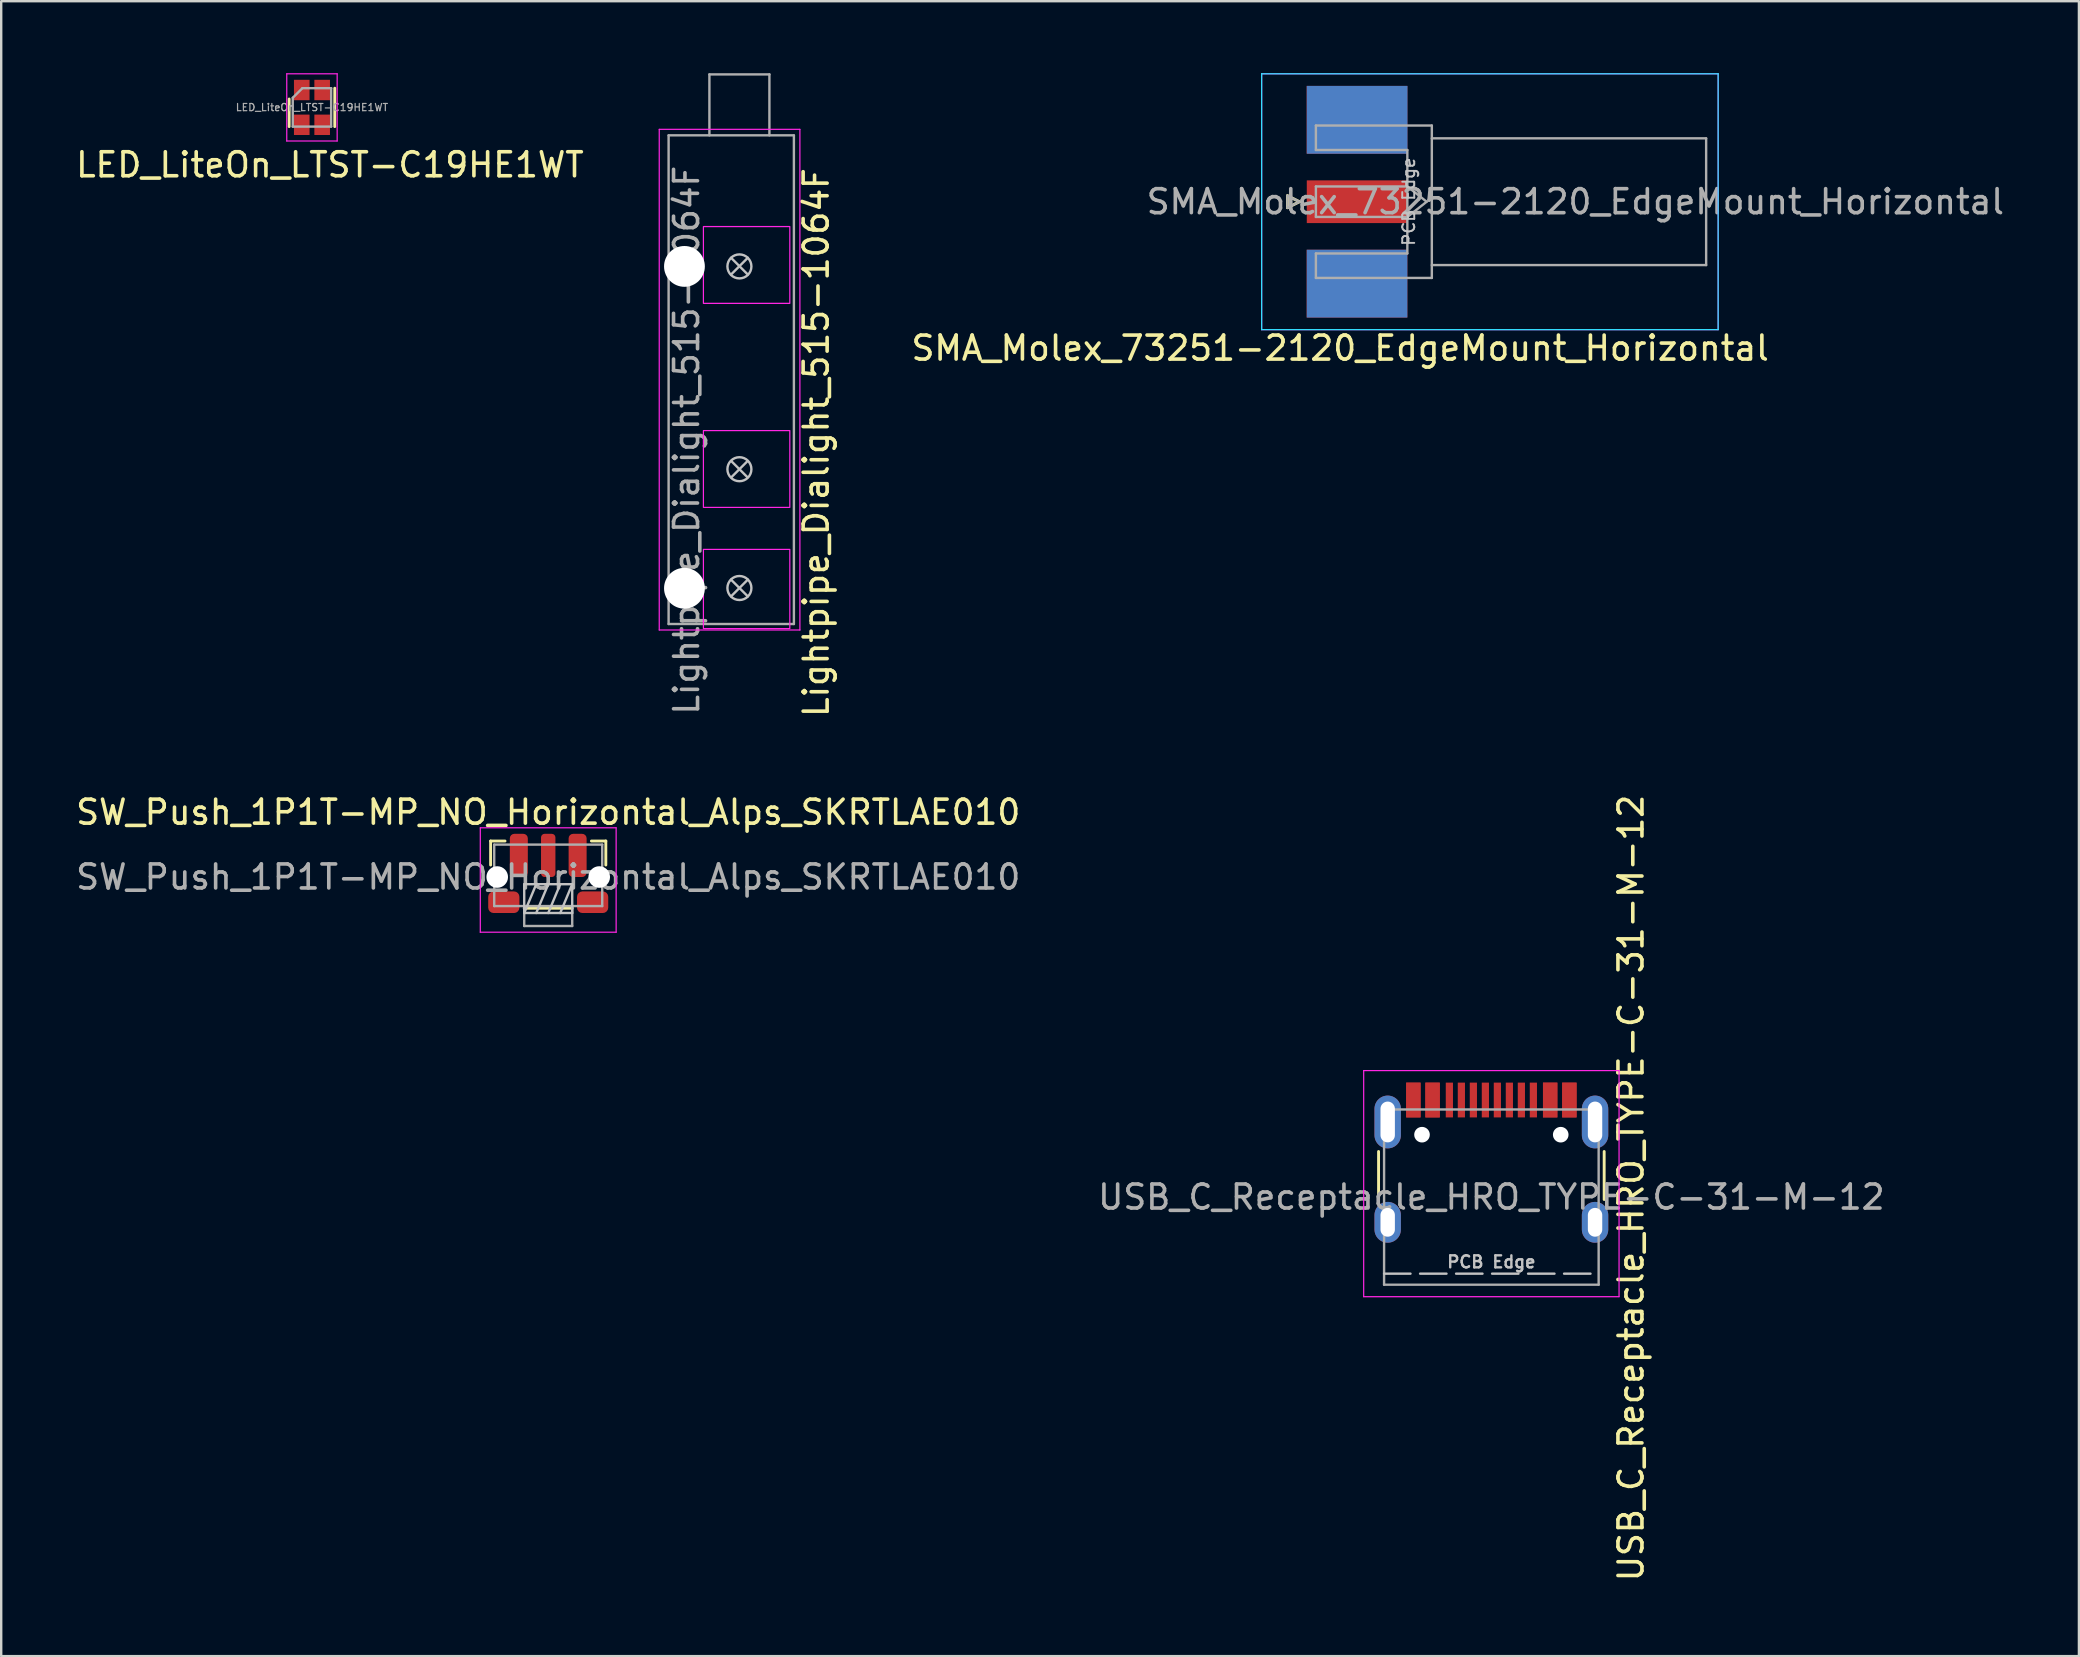
<source format=kicad_pcb>
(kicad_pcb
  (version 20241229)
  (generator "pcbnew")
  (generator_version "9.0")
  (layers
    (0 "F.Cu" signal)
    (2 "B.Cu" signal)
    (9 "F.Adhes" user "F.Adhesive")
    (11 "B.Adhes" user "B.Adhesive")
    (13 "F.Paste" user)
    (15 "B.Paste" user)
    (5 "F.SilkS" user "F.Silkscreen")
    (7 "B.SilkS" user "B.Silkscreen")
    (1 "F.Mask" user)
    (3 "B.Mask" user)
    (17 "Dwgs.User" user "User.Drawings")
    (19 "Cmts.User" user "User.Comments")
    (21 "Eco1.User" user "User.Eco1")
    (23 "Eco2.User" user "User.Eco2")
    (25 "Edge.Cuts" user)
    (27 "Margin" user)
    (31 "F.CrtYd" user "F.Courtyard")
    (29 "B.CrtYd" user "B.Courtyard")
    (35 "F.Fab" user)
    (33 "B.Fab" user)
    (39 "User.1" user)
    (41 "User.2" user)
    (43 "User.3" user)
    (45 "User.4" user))
  (footprint "LED_LiteOn_LTST-C19HE1WT"
    (layer "F.Cu")
    (at 9.948 1.425)
    (property "Reference" "LED_LiteOn_LTST-C19HE1WT" (at 0.748 2.393 180) (layer "F.SilkS") (effects (font (size 1 1) (thickness 0.15))))
    (attr smd)
    (fp_line (start -0.95 -0.35) (end -0.95 0.8) (stroke (width 0.12) (type solid)) (layer "F.SilkS"))
    (fp_line (start 0.95 -0.8) (end 0.95 0.8) (stroke (width 0.12) (type solid)) (layer "F.SilkS"))
    (fp_line (start -1.05 -1.4) (end 1.05 -1.4) (stroke (width 0.05) (type solid)) (layer "F.CrtYd"))
    (fp_line (start -1.05 1.4) (end -1.05 -1.4) (stroke (width 0.05) (type solid)) (layer "F.CrtYd"))
    (fp_line (start 1.05 -1.4) (end 1.05 1.4) (stroke (width 0.05) (type solid)) (layer "F.CrtYd"))
    (fp_line (start 1.05 1.4) (end -1.05 1.4) (stroke (width 0.05) (type solid)) (layer "F.CrtYd"))
    (fp_line (start -0.8 -0.4) (end -0.8 0.8) (stroke (width 0.1) (type solid)) (layer "F.Fab"))
    (fp_line (start -0.8 0.8) (end 0.8 0.8) (stroke (width 0.1) (type solid)) (layer "F.Fab"))
    (fp_line (start -0.4 -0.8) (end -0.8 -0.4) (stroke (width 0.1) (type solid)) (layer "F.Fab"))
    (fp_line (start 0.8 -0.8) (end -0.4 -0.8) (stroke (width 0.1) (type solid)) (layer "F.Fab"))
    (fp_line (start 0.8 0.8) (end 0.8 -0.8) (stroke (width 0.1) (type solid)) (layer "F.Fab"))
    (fp_text user "${REFERENCE}" (at 0 0 0) (layer "F.Fab") (effects (font (size 0.3 0.3) (thickness 0.05))))
    (pad "1" smd rect (at -0.425 -0.725) (size 0.65 0.85) (layers "F.Cu" "F.Mask" "F.Paste"))
    (pad "2" smd rect (at 0.425 -0.725) (size 0.65 0.85) (layers "F.Cu" "F.Mask" "F.Paste"))
    (pad "3" smd rect (at 0.425 0.725) (size 0.65 0.85) (layers "F.Cu" "F.Mask" "F.Paste"))
    (pad "4" smd rect (at -0.425 0.725) (size 0.65 0.85) (layers "F.Cu" "F.Mask" "F.Paste")))
  (footprint "SMA_Molex_73251-2120_EdgeMount_Horizontal"
    (layer "F.Cu")
    (at 53.493 5.355)
    (property "Reference" "SMA_Molex_73251-2120_EdgeMount_Horizontal" (at -0.705 6.1 0) (layer "F.SilkS") (effects (font (size 1 1) (thickness 0.15))))
    (attr smd)
    (fp_line (start -2.9 -0.25) (end -2.9 0.25) (stroke (width 0.12) (type solid)) (layer "F.SilkS"))
    (fp_line (start -2.9 0.25) (end -2.4 0) (stroke (width 0.12) (type solid)) (layer "F.SilkS"))
    (fp_line (start -2.4 0) (end -2.9 -0.25) (stroke (width 0.12) (type solid)) (layer "F.SilkS"))
    (fp_line (start -3.975 -5.33) (end -3.975 5.33) (stroke (width 0.05) (type solid)) (layer "B.CrtYd"))
    (fp_line (start -3.975 -5.33) (end 15.045 -5.33) (stroke (width 0.05) (type solid)) (layer "B.CrtYd"))
    (fp_line (start 15.045 -5.33) (end 15.045 5.33) (stroke (width 0.05) (type solid)) (layer "B.CrtYd"))
    (fp_line (start 15.045 5.33) (end -3.975 5.33) (stroke (width 0.05) (type solid)) (layer "B.CrtYd"))
    (fp_line (start -3.975 -5.33) (end -3.975 5.33) (stroke (width 0.05) (type solid)) (layer "F.CrtYd"))
    (fp_line (start -3.975 -5.33) (end 15.045 -5.33) (stroke (width 0.05) (type solid)) (layer "F.CrtYd"))
    (fp_line (start 15.045 -5.33) (end 15.045 5.33) (stroke (width 0.05) (type solid)) (layer "F.CrtYd"))
    (fp_line (start 15.045 5.33) (end -3.975 5.33) (stroke (width 0.05) (type solid)) (layer "F.CrtYd"))
    (fp_line (start -2.9 -0.25) (end -2.4 0) (stroke (width 0.1) (type solid)) (layer "F.Fab"))
    (fp_line (start -2.9 0.25) (end -2.9 -0.25) (stroke (width 0.1) (type solid)) (layer "F.Fab"))
    (fp_line (start -2.4 0) (end -2.9 0.25) (stroke (width 0.1) (type solid)) (layer "F.Fab"))
    (fp_line (start -1.715 -3.175) (end -1.715 -2.155) (stroke (width 0.1) (type solid)) (layer "F.Fab"))
    (fp_line (start -1.715 -3.175) (end 3.115 -3.175) (stroke (width 0.1) (type solid)) (layer "F.Fab"))
    (fp_line (start -1.715 -0.635) (end -1.715 0.635) (stroke (width 0.1) (type solid)) (layer "F.Fab"))
    (fp_line (start -1.715 3.175) (end -1.715 2.155) (stroke (width 0.1) (type solid)) (layer "F.Fab"))
    (fp_line (start 2.095 -2.155) (end -1.715 -2.155) (stroke (width 0.1) (type solid)) (layer "F.Fab"))
    (fp_line (start 2.095 -2.155) (end 2.095 2.155) (stroke (width 0.1) (type solid)) (layer "F.Fab"))
    (fp_line (start 2.095 -0.635) (end -1.715 -0.635) (stroke (width 0.1) (type solid)) (layer "F.Fab"))
    (fp_line (start 2.095 -0.635) (end 2.9 0) (stroke (width 0.1) (type solid)) (layer "F.Fab"))
    (fp_line (start 2.095 0.635) (end -1.715 0.635) (stroke (width 0.1) (type solid)) (layer "F.Fab"))
    (fp_line (start 2.095 2.155) (end -1.715 2.155) (stroke (width 0.1) (type solid)) (layer "F.Fab"))
    (fp_line (start 2.9 0) (end 2.095 0.635) (stroke (width 0.1) (type solid)) (layer "F.Fab"))
    (fp_line (start 3.115 -3.175) (end 3.115 3.175) (stroke (width 0.1) (type solid)) (layer "F.Fab"))
    (fp_line (start 3.115 3.175) (end -1.715 3.175) (stroke (width 0.1) (type solid)) (layer "F.Fab"))
    (fp_line (start 14.545 -2.64) (end 3.115 -2.64) (stroke (width 0.1) (type solid)) (layer "F.Fab"))
    (fp_line (start 14.545 -2.64) (end 14.545 2.64) (stroke (width 0.1) (type solid)) (layer "F.Fab"))
    (fp_line (start 14.545 2.64) (end 3.115 2.64) (stroke (width 0.1) (type solid)) (layer "F.Fab"))
    (fp_text user "PCB Edge" (at 2.155 0 270) (layer "Dwgs.User") (effects (font (size 0.5 0.5) (thickness 0.08))))
    (fp_text user "${REFERENCE}" (at 9.095 0 0) (layer "F.Fab") (effects (font (size 1 1) (thickness 0.15))))
    (pad "1" smd rect (at 0 0) (size 4.19 1.78) (layers "F.Cu" "F.Mask" "F.Paste"))
    (pad "2" smd rect (at -0.003 -3.413) (size 4.195 2.825) (layers "F.Cu" "F.Mask" "F.Paste"))
    (pad "2" smd rect (at -0.003 3.413) (size 4.195 2.825) (layers "F.Cu" "F.Mask" "F.Paste"))
    (pad "2" smd rect (at 0 3.413) (size 4.19 2.825) (layers "B.Cu" "B.Mask" "B.Paste"))
    (pad "2" smd rect (at 0.003 -3.413) (size 4.195 2.825) (layers "B.Cu" "B.Mask" "B.Paste")))
  (footprint "Lightpipe_Dialight_515-1064F"
    (layer "F.Cu")
    (at 27.758 2.59)
    (property "Reference" "Lightpipe_Dialight_515-1064F" (at 3.2 12.8 270) (layer "F.SilkS") (effects (font (size 1 1) (thickness 0.15))))
    (attr exclude_from_pos_files exclude_from_bom)
    (fp_line (start 0.325 13.585) (end -0.325 14.235) (stroke (width 0.1) (type solid)) (layer "Dwgs.User"))
    (fp_line (start 0.325 14.235) (end -0.325 13.585) (stroke (width 0.1) (type solid)) (layer "Dwgs.User"))
    (fp_line (start 0.35 5.1) (end -0.35 5.8) (stroke (width 0.1) (type solid)) (layer "Dwgs.User"))
    (fp_line (start 0.35 5.8) (end -0.35 5.1) (stroke (width 0.1) (type solid)) (layer "Dwgs.User"))
    (fp_line (start 0.35 18.51) (end -0.35 19.21) (stroke (width 0.1) (type solid)) (layer "Dwgs.User"))
    (fp_line (start 0.35 19.21) (end -0.35 18.51) (stroke (width 0.1) (type solid)) (layer "Dwgs.User"))
    (fp_circle (center 0 5.46) (end 0.5 5.46) (stroke (width 0.1) (type solid)) (fill no) (layer "Dwgs.User"))
    (fp_circle (center 0 13.91) (end 0.5 13.91) (stroke (width 0.1) (type solid)) (fill no) (layer "Dwgs.User"))
    (fp_circle (center 0 18.86) (end 0.5 18.86) (stroke (width 0.1) (type solid)) (fill no) (layer "Dwgs.User"))
    (fp_line (start -3.34 -0.25) (end 2.52 -0.25) (stroke (width 0.05) (type solid)) (layer "F.CrtYd"))
    (fp_line (start -3.34 20.61) (end -3.34 -0.25) (stroke (width 0.05) (type solid)) (layer "F.CrtYd"))
    (fp_line (start 2.52 -0.25) (end 2.52 20.61) (stroke (width 0.05) (type solid)) (layer "F.CrtYd"))
    (fp_line (start 2.52 20.61) (end -3.34 20.61) (stroke (width 0.05) (type solid)) (layer "F.CrtYd"))
    (fp_rect (start -1.5 3.8) (end 2.1 7) (stroke (width 0.05) (type default)) (fill no) (layer "F.CrtYd"))
    (fp_rect (start -1.5 12.3) (end 2.1 15.5) (stroke (width 0.05) (type default)) (fill no) (layer "F.CrtYd"))
    (fp_rect (start -1.5 17.25) (end 2.1 20.55) (stroke (width 0.05) (type default)) (fill no) (layer "F.CrtYd"))
    (fp_line (start -2.95 0) (end 2.27 0) (stroke (width 0.1) (type solid)) (layer "F.Fab"))
    (fp_line (start -2.95 20.36) (end -2.95 0) (stroke (width 0.1) (type solid)) (layer "F.Fab"))
    (fp_line (start -1.25 -2.54) (end -1.25 0) (stroke (width 0.1) (type solid)) (layer "F.Fab"))
    (fp_line (start 1.25 -2.54) (end -1.25 -2.54) (stroke (width 0.1) (type solid)) (layer "F.Fab"))
    (fp_line (start 1.25 0) (end 1.25 -2.54) (stroke (width 0.1) (type solid)) (layer "F.Fab"))
    (fp_line (start 2.27 0) (end 2.27 20.36) (stroke (width 0.1) (type solid)) (layer "F.Fab"))
    (fp_line (start 2.27 20.36) (end -2.95 20.36) (stroke (width 0.1) (type solid)) (layer "F.Fab"))
    (fp_text user "${REFERENCE}" (at -2.2 12.7 270) (layer "F.Fab") (effects (font (size 1 1) (thickness 0.15))))
    (pad "" np_thru_hole circle (at -2.29 5.46 180) (size 1.7 1.7) (drill 1.7) (layers "*.Cu"))
    (pad "" np_thru_hole circle (at -2.29 18.87 180) (size 1.7 1.7) (drill 1.7) (layers "*.Cu")))
  (footprint "SW_Push_1P1T-MP_NO_Horizontal_Alps_SKRTLAE010"
    (layer "F.Cu")
    (at 19.792 33.492)
    (property "Reference" "SW_Push_1P1T-MP_NO_Horizontal_Alps_SKRTLAE010" (at 0 -2.7 180) (layer "F.SilkS") (effects (font (size 1 1) (thickness 0.15))))
    (attr smd)
    (fp_line (start -2.4 -1.5) (end -2.4 -0.5) (stroke (width 0.12) (type solid)) (layer "F.SilkS"))
    (fp_line (start -1.8 -1.5) (end -2.4 -1.5) (stroke (width 0.12) (type solid)) (layer "F.SilkS"))
    (fp_line (start -1 1.3) (end 1 1.3) (stroke (width 0.12) (type solid)) (layer "F.SilkS"))
    (fp_line (start 1.8 -1.5) (end 2.4 -1.5) (stroke (width 0.12) (type solid)) (layer "F.SilkS"))
    (fp_line (start 2.4 -1.5) (end 2.4 -0.5) (stroke (width 0.12) (type solid)) (layer "F.SilkS"))
    (fp_line (start -1 0.3) (end -1 1.5) (stroke (width 0.1) (type solid)) (layer "Dwgs.User"))
    (fp_line (start -1 1.5) (end -0.5 0.3) (stroke (width 0.1) (type solid)) (layer "Dwgs.User"))
    (fp_line (start -1 1.5) (end 1 1.5) (stroke (width 0.1) (type solid)) (layer "Dwgs.User"))
    (fp_line (start -0.5 1.5) (end 0 0.3) (stroke (width 0.1) (type solid)) (layer "Dwgs.User"))
    (fp_line (start 0 1.5) (end 0.5 0.3) (stroke (width 0.1) (type solid)) (layer "Dwgs.User"))
    (fp_line (start 0.5 1.5) (end 1 0.3) (stroke (width 0.1) (type solid)) (layer "Dwgs.User"))
    (fp_line (start 1 0.3) (end -1 0.3) (stroke (width 0.1) (type solid)) (layer "Dwgs.User"))
    (fp_line (start 1 1.5) (end 1 0.3) (stroke (width 0.1) (type solid)) (layer "Dwgs.User"))
    (fp_line (start -2.83 -2.05) (end -2.83 2.3) (stroke (width 0.05) (type solid)) (layer "F.CrtYd"))
    (fp_line (start -2.83 -2.05) (end 2.83 -2.05) (stroke (width 0.05) (type solid)) (layer "F.CrtYd"))
    (fp_line (start -2.83 2.3) (end 2.83 2.3) (stroke (width 0.05) (type solid)) (layer "F.CrtYd"))
    (fp_line (start 2.83 -2.05) (end 2.83 2.3) (stroke (width 0.05) (type solid)) (layer "F.CrtYd"))
    (fp_line (start -2.25 -1.35) (end -2.25 1.21) (stroke (width 0.1) (type solid)) (layer "F.Fab"))
    (fp_line (start -2.25 -1.35) (end 2.25 -1.35) (stroke (width 0.1) (type solid)) (layer "F.Fab"))
    (fp_line (start -2.25 1.21) (end 2.25 1.21) (stroke (width 0.1) (type solid)) (layer "F.Fab"))
    (fp_line (start -1 2.04) (end -1 1.21) (stroke (width 0.1) (type solid)) (layer "F.Fab"))
    (fp_line (start -1 2.04) (end 1 2.04) (stroke (width 0.1) (type solid)) (layer "F.Fab"))
    (fp_line (start 1 2.04) (end 1 1.21) (stroke (width 0.1) (type solid)) (layer "F.Fab"))
    (fp_line (start 2.25 -1.35) (end 2.25 1.21) (stroke (width 0.1) (type solid)) (layer "F.Fab"))
    (fp_text user "${REFERENCE}" (at 0 0 0) (layer "F.Fab") (effects (font (size 1 1) (thickness 0.15))))
    (pad "" np_thru_hole circle (at -2.125 0) (size 0.9 0.9) (drill 0.9) (layers "*.Cu" "*.Mask"))
    (pad "" np_thru_hole circle (at 2.125 0) (size 0.9 0.9) (drill 0.9) (layers "*.Cu" "*.Mask"))
    (pad "1" smd roundrect (at -1.225 -0.9) (size 0.75 1.8) (layers "F.Cu" "F.Mask" "F.Paste") (roundrect_rratio 0.25))
    (pad "1" smd roundrect (at 1.225 -0.9) (size 0.75 1.8) (layers "F.Cu" "F.Mask" "F.Paste") (roundrect_rratio 0.25))
    (pad "2" smd roundrect (at 0 -0.9) (size 0.6 1.8) (layers "F.Cu" "F.Mask" "F.Paste") (roundrect_rratio 0.25))
    (pad "MP" smd roundrect (at -1.85 1.05) (size 1.3 0.9) (layers "F.Cu" "F.Mask" "F.Paste") (roundrect_rratio 0.25))
    (pad "MP" smd roundrect (at 1.85 1.05) (size 1.3 0.9) (layers "F.Cu" "F.Mask" "F.Paste") (roundrect_rratio 0.25)))
  (footprint "USB_C_Receptacle_HRO_TYPE-C-31-M-12"
    (layer "F.Cu")
    (at 59.089 46.828)
    (property "Reference" "USB_C_Receptacle_HRO_TYPE-C-31-M-12" (at 5.819 -0.378 270) (layer "F.SilkS") (effects (font (size 1 1) (thickness 0.15))))
    (attr smd)
    (fp_line (start -4.7 -1.9) (end -4.7 0.1) (stroke (width 0.12) (type solid)) (layer "F.SilkS"))
    (fp_line (start 4.7 -1.9) (end 4.7 0.1) (stroke (width 0.12) (type solid)) (layer "F.SilkS"))
    (fp_line (start -4.47 3.19) (end 4.47 3.19) (stroke (width 0.1) (type dash)) (layer "Dwgs.User"))
    (fp_line (start -5.32 -5.27) (end -5.32 4.15) (stroke (width 0.05) (type solid)) (layer "F.CrtYd"))
    (fp_line (start -5.32 -5.27) (end 5.32 -5.27) (stroke (width 0.05) (type solid)) (layer "F.CrtYd"))
    (fp_line (start -5.32 4.15) (end 5.32 4.15) (stroke (width 0.05) (type solid)) (layer "F.CrtYd"))
    (fp_line (start 5.32 -5.27) (end 5.32 4.15) (stroke (width 0.05) (type solid)) (layer "F.CrtYd"))
    (fp_line (start -4.47 -3.65) (end -4.47 3.65) (stroke (width 0.1) (type solid)) (layer "F.Fab"))
    (fp_line (start -4.47 -3.65) (end 4.47 -3.65) (stroke (width 0.1) (type solid)) (layer "F.Fab"))
    (fp_line (start -4.47 3.65) (end 4.47 3.65) (stroke (width 0.1) (type solid)) (layer "F.Fab"))
    (fp_line (start 4.47 -3.65) (end 4.47 3.65) (stroke (width 0.1) (type solid)) (layer "F.Fab"))
    (fp_text user "PCB Edge" (at 0 2.7 0) (unlocked yes) (layer "Dwgs.User") (effects (font (size 0.5 0.5) (thickness 0.1))))
    (fp_text user "${REFERENCE}" (at 0 0 180) (layer "F.Fab") (effects (font (size 1 1) (thickness 0.15))))
    (pad "" np_thru_hole circle (at -2.89 -2.6) (size 0.65 0.65) (drill 0.65) (layers "*.Cu" "*.Mask"))
    (pad "" np_thru_hole circle (at 2.89 -2.6) (size 0.65 0.65) (drill 0.65) (layers "*.Cu" "*.Mask"))
    (pad "A1" smd rect (at -3.25 -4.045) (size 0.6 1.45) (layers "F.Cu" "F.Mask" "F.Paste"))
    (pad "A4" smd rect (at -2.45 -4.045) (size 0.6 1.45) (layers "F.Cu" "F.Mask" "F.Paste"))
    (pad "A5" smd rect (at -1.25 -4.045) (size 0.3 1.45) (layers "F.Cu" "F.Mask" "F.Paste"))
    (pad "A6" smd rect (at -0.25 -4.045) (size 0.3 1.45) (layers "F.Cu" "F.Mask" "F.Paste"))
    (pad "A7" smd rect (at 0.25 -4.045) (size 0.3 1.45) (layers "F.Cu" "F.Mask" "F.Paste"))
    (pad "A8" smd rect (at 1.25 -4.045) (size 0.3 1.45) (layers "F.Cu" "F.Mask" "F.Paste"))
    (pad "A9" smd rect (at 2.45 -4.045) (size 0.6 1.45) (layers "F.Cu" "F.Mask" "F.Paste"))
    (pad "A12" smd rect (at 3.25 -4.045) (size 0.6 1.45) (layers "F.Cu" "F.Mask" "F.Paste"))
    (pad "B1" smd rect (at 3.25 -4.045) (size 0.6 1.45) (layers "F.Cu" "F.Mask" "F.Paste"))
    (pad "B4" smd rect (at 2.45 -4.045) (size 0.6 1.45) (layers "F.Cu" "F.Mask" "F.Paste"))
    (pad "B5" smd rect (at 1.75 -4.045) (size 0.3 1.45) (layers "F.Cu" "F.Mask" "F.Paste"))
    (pad "B6" smd rect (at 0.75 -4.045) (size 0.3 1.45) (layers "F.Cu" "F.Mask" "F.Paste"))
    (pad "B7" smd rect (at -0.75 -4.045) (size 0.3 1.45) (layers "F.Cu" "F.Mask" "F.Paste"))
    (pad "B8" smd rect (at -1.75 -4.045) (size 0.3 1.45) (layers "F.Cu" "F.Mask" "F.Paste"))
    (pad "B9" smd rect (at -2.45 -4.045) (size 0.6 1.45) (layers "F.Cu" "F.Mask" "F.Paste"))
    (pad "B12" smd rect (at -3.25 -4.045) (size 0.6 1.45) (layers "F.Cu" "F.Mask" "F.Paste"))
    (pad "S1" thru_hole oval (at -4.32 -3.13) (size 1.1 2.2) (drill oval 0.6 1.7) (layers "*.Cu" "*.Mask"))
    (pad "S1" thru_hole oval (at -4.32 1.05) (size 1.1 1.7) (drill oval 0.6 1.2) (layers "*.Cu" "*.Mask"))
    (pad "S1" thru_hole oval (at 4.32 -3.13) (size 1.1 2.2) (drill oval 0.6 1.7) (layers "*.Cu" "*.Mask"))
    (pad "S1" thru_hole oval (at 4.32 1.05) (size 1.1 1.7) (drill oval 0.6 1.2) (layers "*.Cu" "*.Mask")))
  (gr_rect
    (start -3 -3)
    (end 83.57 65.955)
    (stroke (width 0.1) (type default))
    (fill no)
    (layer "Edge.Cuts")))
</source>
